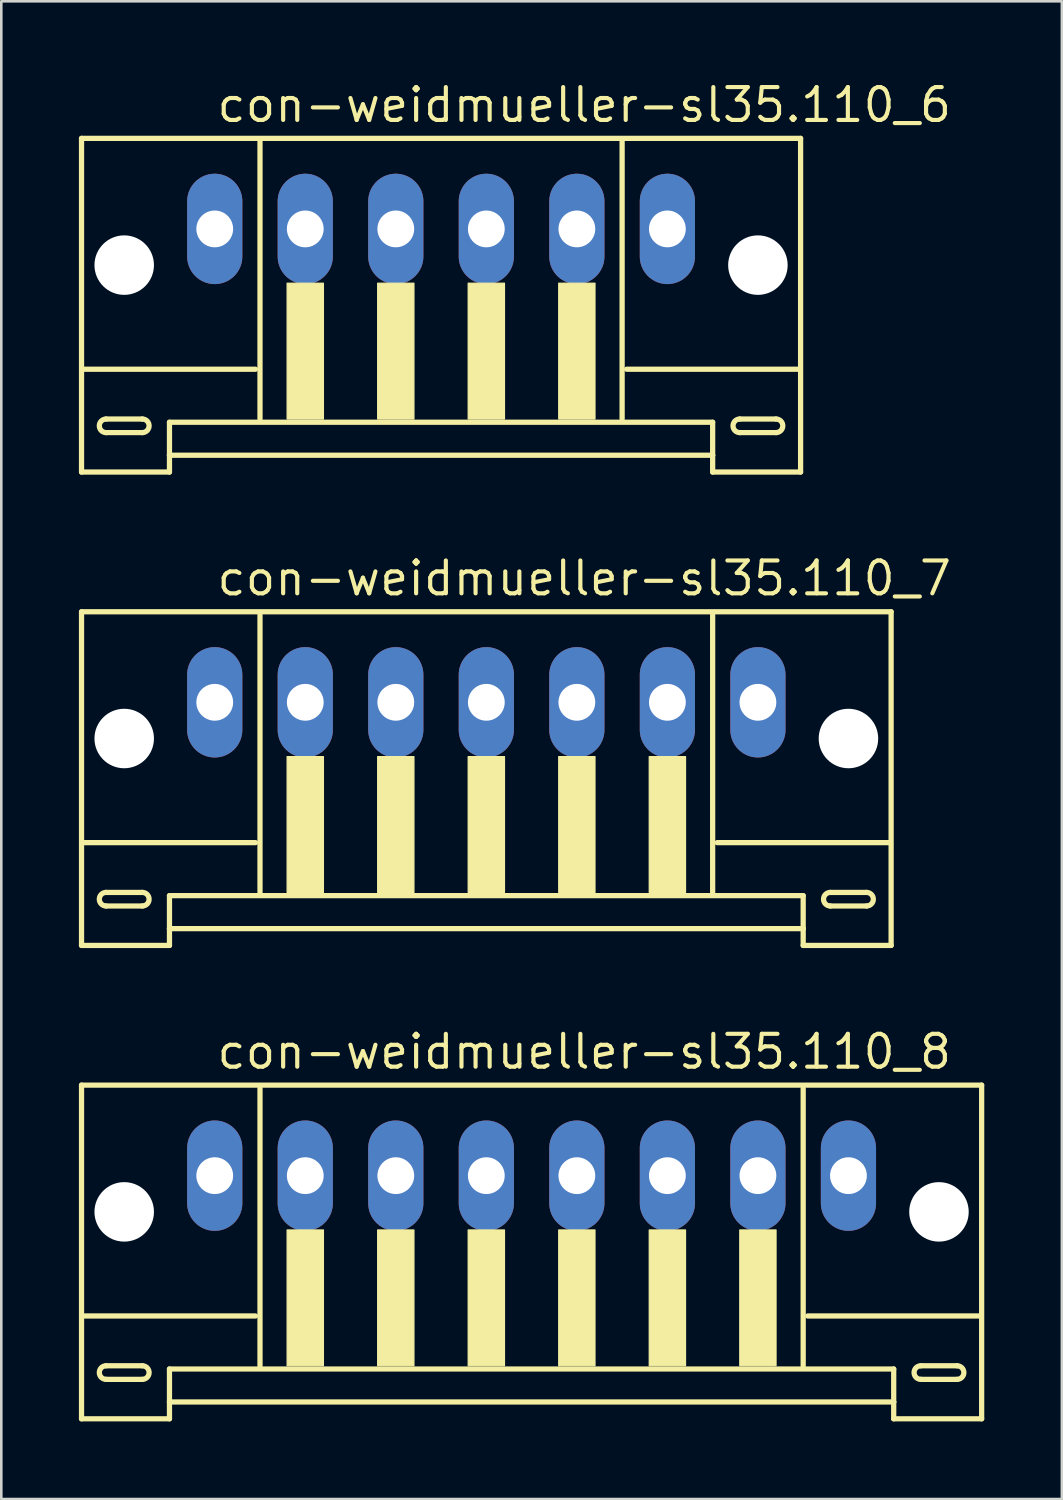
<source format=kicad_pcb>
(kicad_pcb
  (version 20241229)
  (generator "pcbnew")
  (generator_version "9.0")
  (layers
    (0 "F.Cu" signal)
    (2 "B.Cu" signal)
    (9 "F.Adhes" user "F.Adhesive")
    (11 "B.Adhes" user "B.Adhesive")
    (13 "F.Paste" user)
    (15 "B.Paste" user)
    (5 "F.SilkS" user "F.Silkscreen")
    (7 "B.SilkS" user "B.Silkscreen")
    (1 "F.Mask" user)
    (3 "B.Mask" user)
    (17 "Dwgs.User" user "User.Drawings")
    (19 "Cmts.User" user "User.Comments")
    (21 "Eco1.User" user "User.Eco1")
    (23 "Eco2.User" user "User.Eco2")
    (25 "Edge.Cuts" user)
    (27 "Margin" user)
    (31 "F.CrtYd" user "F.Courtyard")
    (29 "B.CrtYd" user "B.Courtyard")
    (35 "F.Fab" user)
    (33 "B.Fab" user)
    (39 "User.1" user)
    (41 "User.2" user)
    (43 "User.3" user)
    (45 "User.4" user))
  (footprint "con-weidmueller-sl35.110_8"
    (layer "F.Cu")
    (at 17.502 44.153)
    (property "Reference" "con-weidmueller-sl35.110_8" (at -12.25 -5.8 0) (layer "F.SilkS") (effects (font (size 1.27 1.27) (thickness 0.16)) (justify left bottom)))
    (attr through_hole)
    (fp_line (start -17.4 -5.25) (end -17.4 7.65) (stroke (width 0.203) (type default)) (layer "F.SilkS"))
    (fp_line (start -17.4 7.65) (end -14 7.65) (stroke (width 0.203) (type default)) (layer "F.SilkS"))
    (fp_line (start -16.45 5.6) (end -15.05 5.6) (stroke (width 0.203) (type default)) (layer "F.SilkS"))
    (fp_line (start -15.05 6.125) (end -16.45 6.125) (stroke (width 0.203) (type default)) (layer "F.SilkS"))
    (fp_line (start -14 5.725) (end 14 5.725) (stroke (width 0.203) (type default)) (layer "F.SilkS"))
    (fp_line (start -14 7) (end -14 5.725) (stroke (width 0.203) (type default)) (layer "F.SilkS"))
    (fp_line (start -14 7) (end 14 7) (stroke (width 0.203) (type default)) (layer "F.SilkS"))
    (fp_line (start -14 7.65) (end -14 7) (stroke (width 0.203) (type default)) (layer "F.SilkS"))
    (fp_line (start -10.675 3.675) (end -17.325 3.675) (stroke (width 0.203) (type default)) (layer "F.SilkS"))
    (fp_line (start -10.5 -5.125) (end -10.5 5.6) (stroke (width 0.203) (type default)) (layer "F.SilkS"))
    (fp_line (start 10.5 5.6) (end 10.5 -5.125) (stroke (width 0.203) (type default)) (layer "F.SilkS"))
    (fp_line (start 14 5.725) (end 14 7) (stroke (width 0.203) (type default)) (layer "F.SilkS"))
    (fp_line (start 14 7) (end 14 7.65) (stroke (width 0.203) (type default)) (layer "F.SilkS"))
    (fp_line (start 14 7.65) (end 17.4 7.65) (stroke (width 0.203) (type default)) (layer "F.SilkS"))
    (fp_line (start 15.05 5.6) (end 16.45 5.6) (stroke (width 0.203) (type default)) (layer "F.SilkS"))
    (fp_line (start 16.45 6.125) (end 15.05 6.125) (stroke (width 0.203) (type default)) (layer "F.SilkS"))
    (fp_line (start 17.325 3.675) (end 10.675 3.675) (stroke (width 0.203) (type default)) (layer "F.SilkS"))
    (fp_line (start 17.4 -5.25) (end -17.4 -5.25) (stroke (width 0.203) (type default)) (layer "F.SilkS"))
    (fp_line (start 17.4 7.65) (end 17.4 -5.25) (stroke (width 0.203) (type default)) (layer "F.SilkS"))
    (fp_rect (start -9.45 5.6) (end -8.05 0.35) (stroke (width 0.05) (type default)) (fill yes) (layer "F.SilkS"))
    (fp_rect (start -5.95 5.6) (end -4.55 0.35) (stroke (width 0.05) (type default)) (fill yes) (layer "F.SilkS"))
    (fp_rect (start -2.45 5.6) (end -1.05 0.35) (stroke (width 0.05) (type default)) (fill yes) (layer "F.SilkS"))
    (fp_rect (start 1.05 5.6) (end 2.45 0.35) (stroke (width 0.05) (type default)) (fill yes) (layer "F.SilkS"))
    (fp_rect (start 4.55 5.6) (end 5.95 0.35) (stroke (width 0.05) (type default)) (fill yes) (layer "F.SilkS"))
    (fp_rect (start 8.05 5.6) (end 9.45 0.35) (stroke (width 0.05) (type default)) (fill yes) (layer "F.SilkS"))
    (fp_arc (start -16.45 6.125) (mid -16.7125 5.8625) (end -16.45 5.6) (stroke (width 0.2032) (type default)) (layer "F.SilkS"))
    (fp_arc (start -15.05 5.6) (mid -14.7875 5.8625) (end -15.05 6.125) (stroke (width 0.2032) (type default)) (layer "F.SilkS"))
    (fp_arc (start 15.05 6.125) (mid 14.7875 5.8625) (end 15.05 5.6) (stroke (width 0.2032) (type default)) (layer "F.SilkS"))
    (fp_arc (start 16.45 5.6) (mid 16.7125 5.8625) (end 16.45 6.125) (stroke (width 0.2032) (type default)) (layer "F.SilkS"))
    (pad "" np_thru_hole circle (at -15.75 -0.35) (size 2.3 2.3) (drill 2.3) (layers "*.Cu" "*.Mask"))
    (pad "" np_thru_hole circle (at 15.75 -0.35) (size 2.3 2.3) (drill 2.3) (layers "*.Cu" "*.Mask"))
    (pad "1" thru_hole oval (at -12.25 -1.75 90) (size 4.267 2.134) (drill 1.422) (layers "*.Cu" "*.Mask"))
    (pad "2" thru_hole oval (at -8.75 -1.75 90) (size 4.267 2.134) (drill 1.422) (layers "*.Cu" "*.Mask"))
    (pad "3" thru_hole oval (at -5.25 -1.75 90) (size 4.267 2.134) (drill 1.422) (layers "*.Cu" "*.Mask"))
    (pad "4" thru_hole oval (at -1.75 -1.75 90) (size 4.267 2.134) (drill 1.422) (layers "*.Cu" "*.Mask"))
    (pad "5" thru_hole oval (at 1.75 -1.75 90) (size 4.267 2.134) (drill 1.422) (layers "*.Cu" "*.Mask"))
    (pad "6" thru_hole oval (at 5.25 -1.75 90) (size 4.267 2.134) (drill 1.422) (layers "*.Cu" "*.Mask"))
    (pad "7" thru_hole oval (at 8.75 -1.75 90) (size 4.267 2.134) (drill 1.422) (layers "*.Cu" "*.Mask"))
    (pad "8" thru_hole oval (at 12.25 -1.75 90) (size 4.267 2.134) (drill 1.422) (layers "*.Cu" "*.Mask")))
  (footprint "con-weidmueller-sl35.110_7"
    (layer "F.Cu")
    (at 15.752 25.852)
    (property "Reference" "con-weidmueller-sl35.110_7" (at -10.5 -5.8 0) (layer "F.SilkS") (effects (font (size 1.27 1.27) (thickness 0.16)) (justify left bottom)))
    (attr through_hole)
    (fp_line (start -15.65 -5.25) (end -15.65 7.65) (stroke (width 0.203) (type default)) (layer "F.SilkS"))
    (fp_line (start -15.65 7.65) (end -12.25 7.65) (stroke (width 0.203) (type default)) (layer "F.SilkS"))
    (fp_line (start -14.7 5.6) (end -13.3 5.6) (stroke (width 0.203) (type default)) (layer "F.SilkS"))
    (fp_line (start -13.3 6.125) (end -14.7 6.125) (stroke (width 0.203) (type default)) (layer "F.SilkS"))
    (fp_line (start -12.25 5.725) (end 12.25 5.725) (stroke (width 0.203) (type default)) (layer "F.SilkS"))
    (fp_line (start -12.25 7) (end -12.25 5.725) (stroke (width 0.203) (type default)) (layer "F.SilkS"))
    (fp_line (start -12.25 7) (end 12.25 7) (stroke (width 0.203) (type default)) (layer "F.SilkS"))
    (fp_line (start -12.25 7.65) (end -12.25 7) (stroke (width 0.203) (type default)) (layer "F.SilkS"))
    (fp_line (start -8.925 3.675) (end -15.575 3.675) (stroke (width 0.203) (type default)) (layer "F.SilkS"))
    (fp_line (start -8.75 -5.125) (end -8.75 5.6) (stroke (width 0.203) (type default)) (layer "F.SilkS"))
    (fp_line (start 8.75 5.6) (end 8.75 -5.125) (stroke (width 0.203) (type default)) (layer "F.SilkS"))
    (fp_line (start 12.25 5.725) (end 12.25 7) (stroke (width 0.203) (type default)) (layer "F.SilkS"))
    (fp_line (start 12.25 7) (end 12.25 7.65) (stroke (width 0.203) (type default)) (layer "F.SilkS"))
    (fp_line (start 12.25 7.65) (end 15.65 7.65) (stroke (width 0.203) (type default)) (layer "F.SilkS"))
    (fp_line (start 13.3 5.6) (end 14.7 5.6) (stroke (width 0.203) (type default)) (layer "F.SilkS"))
    (fp_line (start 14.7 6.125) (end 13.3 6.125) (stroke (width 0.203) (type default)) (layer "F.SilkS"))
    (fp_line (start 15.575 3.675) (end 8.925 3.675) (stroke (width 0.203) (type default)) (layer "F.SilkS"))
    (fp_line (start 15.65 -5.25) (end -15.65 -5.25) (stroke (width 0.203) (type default)) (layer "F.SilkS"))
    (fp_line (start 15.65 7.65) (end 15.65 -5.25) (stroke (width 0.203) (type default)) (layer "F.SilkS"))
    (fp_rect (start -7.7 5.6) (end -6.3 0.35) (stroke (width 0.05) (type default)) (fill yes) (layer "F.SilkS"))
    (fp_rect (start -4.2 5.6) (end -2.8 0.35) (stroke (width 0.05) (type default)) (fill yes) (layer "F.SilkS"))
    (fp_rect (start -0.7 5.6) (end 0.7 0.35) (stroke (width 0.05) (type default)) (fill yes) (layer "F.SilkS"))
    (fp_rect (start 2.8 5.6) (end 4.2 0.35) (stroke (width 0.05) (type default)) (fill yes) (layer "F.SilkS"))
    (fp_rect (start 6.3 5.6) (end 7.7 0.35) (stroke (width 0.05) (type default)) (fill yes) (layer "F.SilkS"))
    (fp_arc (start -14.7 6.125) (mid -14.9625 5.8625) (end -14.7 5.6) (stroke (width 0.2032) (type default)) (layer "F.SilkS"))
    (fp_arc (start -13.3 5.6) (mid -13.0375 5.8625) (end -13.3 6.125) (stroke (width 0.2032) (type default)) (layer "F.SilkS"))
    (fp_arc (start 13.3 6.125) (mid 13.0375 5.8625) (end 13.3 5.6) (stroke (width 0.2032) (type default)) (layer "F.SilkS"))
    (fp_arc (start 14.7 5.6) (mid 14.9625 5.8625) (end 14.7 6.125) (stroke (width 0.2032) (type default)) (layer "F.SilkS"))
    (pad "" np_thru_hole circle (at -14 -0.35) (size 2.3 2.3) (drill 2.3) (layers "*.Cu" "*.Mask"))
    (pad "" np_thru_hole circle (at 14 -0.35) (size 2.3 2.3) (drill 2.3) (layers "*.Cu" "*.Mask"))
    (pad "1" thru_hole oval (at -10.5 -1.75 90) (size 4.267 2.134) (drill 1.422) (layers "*.Cu" "*.Mask"))
    (pad "2" thru_hole oval (at -7 -1.75 90) (size 4.267 2.134) (drill 1.422) (layers "*.Cu" "*.Mask"))
    (pad "3" thru_hole oval (at -3.5 -1.75 90) (size 4.267 2.134) (drill 1.422) (layers "*.Cu" "*.Mask"))
    (pad "4" thru_hole oval (at 0 -1.75 90) (size 4.267 2.134) (drill 1.422) (layers "*.Cu" "*.Mask"))
    (pad "5" thru_hole oval (at 3.5 -1.75 90) (size 4.267 2.134) (drill 1.422) (layers "*.Cu" "*.Mask"))
    (pad "6" thru_hole oval (at 7 -1.75 90) (size 4.267 2.134) (drill 1.422) (layers "*.Cu" "*.Mask"))
    (pad "7" thru_hole oval (at 10.5 -1.75 90) (size 4.267 2.134) (drill 1.422) (layers "*.Cu" "*.Mask")))
  (footprint "con-weidmueller-sl35.110_6"
    (layer "F.Cu")
    (at 14.002 7.55)
    (property "Reference" "con-weidmueller-sl35.110_6" (at -8.75 -5.8 0) (layer "F.SilkS") (effects (font (size 1.27 1.27) (thickness 0.16)) (justify left bottom)))
    (attr through_hole)
    (fp_line (start -13.9 -5.25) (end -13.9 7.65) (stroke (width 0.203) (type default)) (layer "F.SilkS"))
    (fp_line (start -13.9 7.65) (end -10.5 7.65) (stroke (width 0.203) (type default)) (layer "F.SilkS"))
    (fp_line (start -12.95 5.6) (end -11.55 5.6) (stroke (width 0.203) (type default)) (layer "F.SilkS"))
    (fp_line (start -11.55 6.125) (end -12.95 6.125) (stroke (width 0.203) (type default)) (layer "F.SilkS"))
    (fp_line (start -10.5 5.725) (end 10.5 5.725) (stroke (width 0.203) (type default)) (layer "F.SilkS"))
    (fp_line (start -10.5 7) (end -10.5 5.725) (stroke (width 0.203) (type default)) (layer "F.SilkS"))
    (fp_line (start -10.5 7) (end 10.5 7) (stroke (width 0.203) (type default)) (layer "F.SilkS"))
    (fp_line (start -10.5 7.65) (end -10.5 7) (stroke (width 0.203) (type default)) (layer "F.SilkS"))
    (fp_line (start -7.175 3.675) (end -13.825 3.675) (stroke (width 0.203) (type default)) (layer "F.SilkS"))
    (fp_line (start -7 -5.125) (end -7 5.6) (stroke (width 0.203) (type default)) (layer "F.SilkS"))
    (fp_line (start 7 5.6) (end 7 -5.125) (stroke (width 0.203) (type default)) (layer "F.SilkS"))
    (fp_line (start 10.5 5.725) (end 10.5 7) (stroke (width 0.203) (type default)) (layer "F.SilkS"))
    (fp_line (start 10.5 7) (end 10.5 7.65) (stroke (width 0.203) (type default)) (layer "F.SilkS"))
    (fp_line (start 10.5 7.65) (end 13.9 7.65) (stroke (width 0.203) (type default)) (layer "F.SilkS"))
    (fp_line (start 11.55 5.6) (end 12.95 5.6) (stroke (width 0.203) (type default)) (layer "F.SilkS"))
    (fp_line (start 12.95 6.125) (end 11.55 6.125) (stroke (width 0.203) (type default)) (layer "F.SilkS"))
    (fp_line (start 13.825 3.675) (end 7.175 3.675) (stroke (width 0.203) (type default)) (layer "F.SilkS"))
    (fp_line (start 13.9 -5.25) (end -13.9 -5.25) (stroke (width 0.203) (type default)) (layer "F.SilkS"))
    (fp_line (start 13.9 7.65) (end 13.9 -5.25) (stroke (width 0.203) (type default)) (layer "F.SilkS"))
    (fp_rect (start -5.95 5.6) (end -4.55 0.35) (stroke (width 0.05) (type default)) (fill yes) (layer "F.SilkS"))
    (fp_rect (start -2.45 5.6) (end -1.05 0.35) (stroke (width 0.05) (type default)) (fill yes) (layer "F.SilkS"))
    (fp_rect (start 1.05 5.6) (end 2.45 0.35) (stroke (width 0.05) (type default)) (fill yes) (layer "F.SilkS"))
    (fp_rect (start 4.55 5.6) (end 5.95 0.35) (stroke (width 0.05) (type default)) (fill yes) (layer "F.SilkS"))
    (fp_arc (start -12.95 6.125) (mid -13.2125 5.8625) (end -12.95 5.6) (stroke (width 0.2032) (type default)) (layer "F.SilkS"))
    (fp_arc (start -11.55 5.6) (mid -11.2875 5.8625) (end -11.55 6.125) (stroke (width 0.2032) (type default)) (layer "F.SilkS"))
    (fp_arc (start 11.55 6.125) (mid 11.2875 5.8625) (end 11.55 5.6) (stroke (width 0.2032) (type default)) (layer "F.SilkS"))
    (fp_arc (start 12.95 5.6) (mid 13.2125 5.8625) (end 12.95 6.125) (stroke (width 0.2032) (type default)) (layer "F.SilkS"))
    (pad "" np_thru_hole circle (at -12.25 -0.35) (size 2.3 2.3) (drill 2.3) (layers "*.Cu" "*.Mask"))
    (pad "" np_thru_hole circle (at 12.25 -0.35) (size 2.3 2.3) (drill 2.3) (layers "*.Cu" "*.Mask"))
    (pad "1" thru_hole oval (at -8.75 -1.75 90) (size 4.267 2.134) (drill 1.422) (layers "*.Cu" "*.Mask"))
    (pad "2" thru_hole oval (at -5.25 -1.75 90) (size 4.267 2.134) (drill 1.422) (layers "*.Cu" "*.Mask"))
    (pad "3" thru_hole oval (at -1.75 -1.75 90) (size 4.267 2.134) (drill 1.422) (layers "*.Cu" "*.Mask"))
    (pad "4" thru_hole oval (at 1.75 -1.75 90) (size 4.267 2.134) (drill 1.422) (layers "*.Cu" "*.Mask"))
    (pad "5" thru_hole oval (at 5.25 -1.75 90) (size 4.267 2.134) (drill 1.422) (layers "*.Cu" "*.Mask"))
    (pad "6" thru_hole oval (at 8.75 -1.75 90) (size 4.267 2.134) (drill 1.422) (layers "*.Cu" "*.Mask")))
  (gr_rect
    (start -3 -3)
    (end 38.003 54.905)
    (stroke (width 0.1) (type default))
    (fill no)
    (layer "Edge.Cuts")))
</source>
